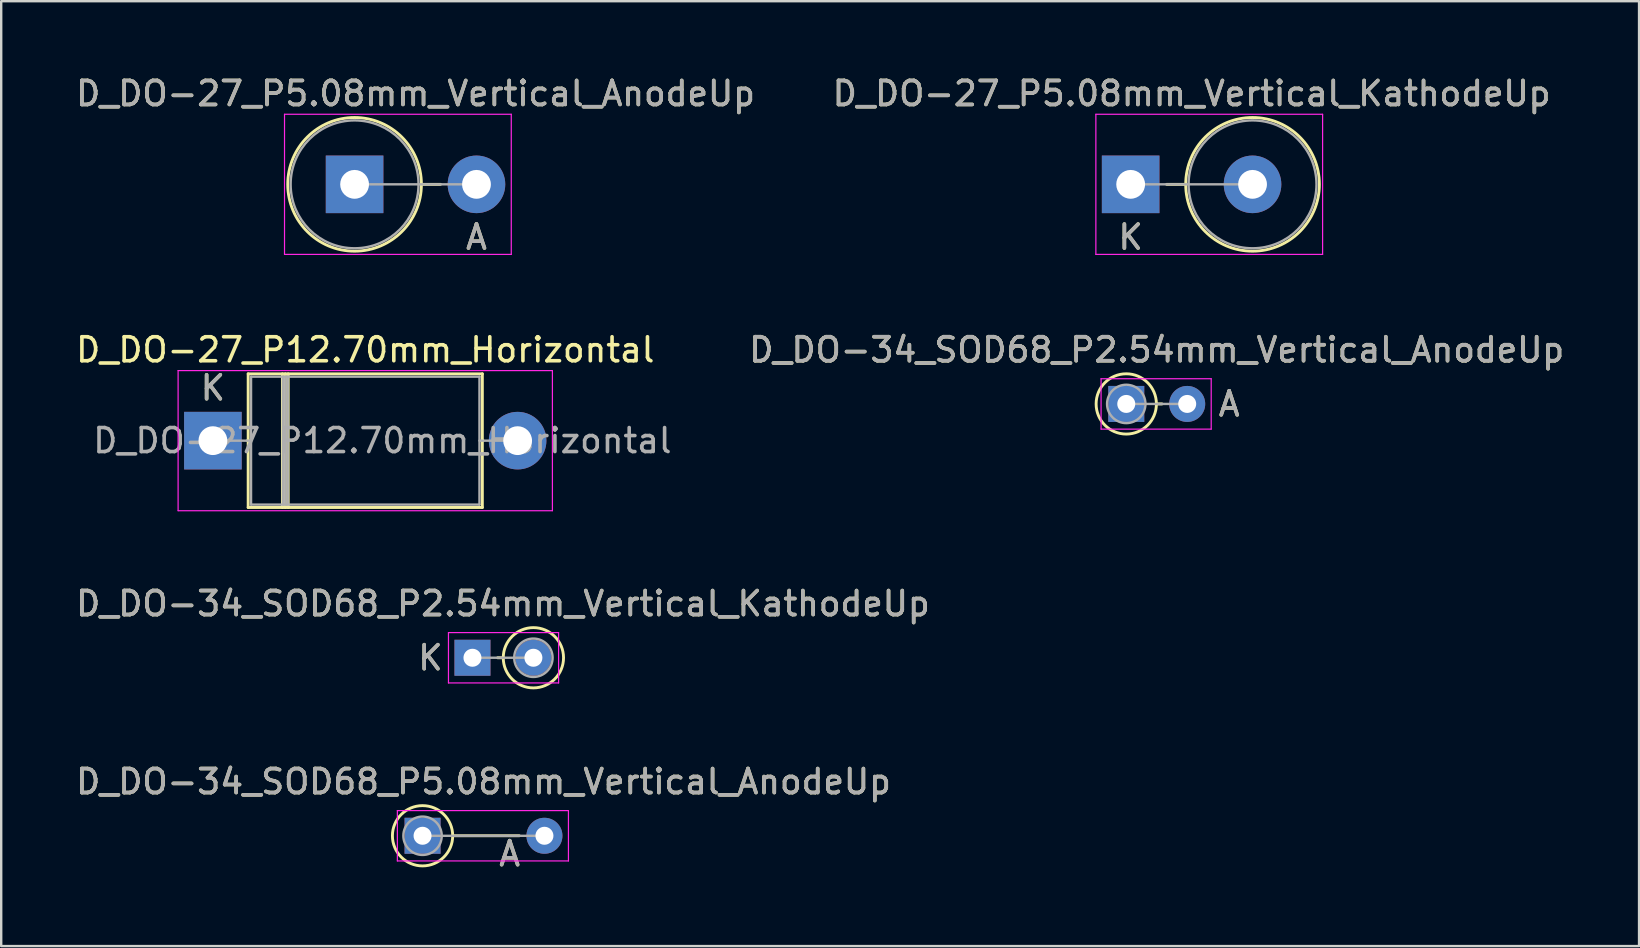
<source format=kicad_pcb>
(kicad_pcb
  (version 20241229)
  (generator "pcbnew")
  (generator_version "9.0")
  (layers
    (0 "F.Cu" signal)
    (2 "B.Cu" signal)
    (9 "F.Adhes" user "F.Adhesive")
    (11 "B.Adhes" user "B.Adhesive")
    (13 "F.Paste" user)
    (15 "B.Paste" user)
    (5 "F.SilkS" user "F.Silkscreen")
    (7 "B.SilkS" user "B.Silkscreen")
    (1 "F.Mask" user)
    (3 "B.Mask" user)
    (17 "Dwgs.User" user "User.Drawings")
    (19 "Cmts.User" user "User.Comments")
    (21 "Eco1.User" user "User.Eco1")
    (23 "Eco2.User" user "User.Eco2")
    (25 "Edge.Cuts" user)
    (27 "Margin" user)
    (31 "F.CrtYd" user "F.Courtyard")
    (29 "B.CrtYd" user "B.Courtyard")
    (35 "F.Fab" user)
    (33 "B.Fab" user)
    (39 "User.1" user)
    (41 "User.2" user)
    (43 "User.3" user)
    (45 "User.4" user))
  (footprint "D_DO-34_SOD68_P2.54mm_Vertical_AnodeUp"
    (layer "F.Cu")
    (at 43.89 13.785)
    (property "Reference" "D_DO-34_SOD68_P2.54mm_Vertical_AnodeUp" (at 1.27 -2.256 0) (layer "F.SilkS") (effects (font (size 1 1) (thickness 0.15))))
    (attr through_hole)
    (fp_line (start 1.256 0) (end 1.49 0) (stroke (width 0.12) (type solid)) (layer "F.SilkS"))
    (fp_circle (center 0 0) (end 1.256 0) (stroke (width 0.12) (type solid)) (fill no) (layer "F.SilkS"))
    (fp_line (start -1.05 -1.05) (end -1.05 1.05) (stroke (width 0.05) (type solid)) (layer "F.CrtYd"))
    (fp_line (start -1.05 1.05) (end 3.54 1.05) (stroke (width 0.05) (type solid)) (layer "F.CrtYd"))
    (fp_line (start 3.54 -1.05) (end -1.05 -1.05) (stroke (width 0.05) (type solid)) (layer "F.CrtYd"))
    (fp_line (start 3.54 1.05) (end 3.54 -1.05) (stroke (width 0.05) (type solid)) (layer "F.CrtYd"))
    (fp_line (start 0 0) (end 2.54 0) (stroke (width 0.1) (type solid)) (layer "F.Fab"))
    (fp_circle (center 0 0) (end 0.8 0) (stroke (width 0.1) (type solid)) (fill no) (layer "F.Fab"))
    (fp_text user "A" (at 4.29 0 0) (layer "F.SilkS") (effects (font (size 1 1) (thickness 0.15))))
    (fp_text user "A" (at 4.29 0 0) (layer "F.Fab") (effects (font (size 1 1) (thickness 0.15))))
    (fp_text user "${REFERENCE}" (at 1.27 -2.256 0) (layer "F.Fab") (effects (font (size 1 1) (thickness 0.15))))
    (pad "1" thru_hole rect (at 0 0) (size 1.5 1.5) (drill 0.75) (layers "*.Cu" "*.Mask"))
    (pad "2" thru_hole oval (at 2.54 0) (size 1.5 1.5) (drill 0.75) (layers "*.Cu" "*.Mask")))
  (footprint "D_DO-34_SOD68_P5.08mm_Vertical_AnodeUp"
    (layer "F.Cu")
    (at 14.561 31.783)
    (property "Reference" "D_DO-34_SOD68_P5.08mm_Vertical_AnodeUp" (at 2.54 -2.256 0) (layer "F.SilkS") (effects (font (size 1 1) (thickness 0.15))))
    (attr through_hole)
    (fp_line (start 1.256 0) (end 4.03 0) (stroke (width 0.12) (type solid)) (layer "F.SilkS"))
    (fp_circle (center 0 0) (end 1.256 0) (stroke (width 0.12) (type solid)) (fill no) (layer "F.SilkS"))
    (fp_line (start -1.05 -1.05) (end -1.05 1.05) (stroke (width 0.05) (type solid)) (layer "F.CrtYd"))
    (fp_line (start -1.05 1.05) (end 6.08 1.05) (stroke (width 0.05) (type solid)) (layer "F.CrtYd"))
    (fp_line (start 6.08 -1.05) (end -1.05 -1.05) (stroke (width 0.05) (type solid)) (layer "F.CrtYd"))
    (fp_line (start 6.08 1.05) (end 6.08 -1.05) (stroke (width 0.05) (type solid)) (layer "F.CrtYd"))
    (fp_line (start 0 0) (end 5.08 0) (stroke (width 0.1) (type solid)) (layer "F.Fab"))
    (fp_circle (center 0 0) (end 0.8 0) (stroke (width 0.1) (type solid)) (fill no) (layer "F.Fab"))
    (fp_text user "A" (at 3.63 0.75 0) (layer "F.SilkS") (effects (font (size 1 1) (thickness 0.15))))
    (fp_text user "${REFERENCE}" (at 2.54 -2.256 0) (layer "F.Fab") (effects (font (size 1 1) (thickness 0.15))))
    (fp_text user "A" (at 3.63 0.75 0) (layer "F.Fab") (effects (font (size 1 1) (thickness 0.15))))
    (pad "1" thru_hole rect (at 0 0) (size 1.5 1.5) (drill 0.75) (layers "*.Cu" "*.Mask"))
    (pad "2" thru_hole oval (at 5.08 0) (size 1.5 1.5) (drill 0.75) (layers "*.Cu" "*.Mask")))
  (footprint "D_DO-27_P5.08mm_Vertical_AnodeUp"
    (layer "F.Cu")
    (at 11.728 4.633)
    (property "Reference" "D_DO-27_P5.08mm_Vertical_AnodeUp" (at 2.54 -3.785 0) (layer "F.SilkS") (effects (font (size 1 1) (thickness 0.15))))
    (attr through_hole)
    (fp_line (start 2.785 0) (end 3.58 0) (stroke (width 0.12) (type solid)) (layer "F.SilkS"))
    (fp_circle (center 0 0) (end 2.785 0) (stroke (width 0.12) (type solid)) (fill no) (layer "F.SilkS"))
    (fp_line (start -2.92 -2.92) (end -2.92 2.92) (stroke (width 0.05) (type solid)) (layer "F.CrtYd"))
    (fp_line (start -2.92 2.92) (end 6.53 2.92) (stroke (width 0.05) (type solid)) (layer "F.CrtYd"))
    (fp_line (start 6.53 -2.92) (end -2.92 -2.92) (stroke (width 0.05) (type solid)) (layer "F.CrtYd"))
    (fp_line (start 6.53 2.92) (end 6.53 -2.92) (stroke (width 0.05) (type solid)) (layer "F.CrtYd"))
    (fp_line (start 0 0) (end 5.08 0) (stroke (width 0.1) (type solid)) (layer "F.Fab"))
    (fp_circle (center 0 0) (end 2.665 0) (stroke (width 0.1) (type solid)) (fill no) (layer "F.Fab"))
    (fp_text user "A" (at 5.08 2.2 0) (layer "F.SilkS") (effects (font (size 1 1) (thickness 0.15))))
    (fp_text user "${REFERENCE}" (at 2.54 -3.785 0) (layer "F.Fab") (effects (font (size 1 1) (thickness 0.15))))
    (fp_text user "A" (at 5.08 2.2 0) (layer "F.Fab") (effects (font (size 1 1) (thickness 0.15))))
    (pad "1" thru_hole rect (at 0 0) (size 2.4 2.4) (drill 1.2) (layers "*.Cu" "*.Mask"))
    (pad "2" thru_hole oval (at 5.08 0) (size 2.4 2.4) (drill 1.2) (layers "*.Cu" "*.Mask")))
  (footprint "D_DO-34_SOD68_P2.54mm_Vertical_KathodeUp"
    (layer "F.Cu")
    (at 16.641 24.364)
    (property "Reference" "D_DO-34_SOD68_P2.54mm_Vertical_KathodeUp" (at 1.27 -2.256 0) (layer "F.SilkS") (effects (font (size 1 1) (thickness 0.15))))
    (attr through_hole)
    (fp_line (start 1.284 0) (end 1.05 0) (stroke (width 0.12) (type solid)) (layer "F.SilkS"))
    (fp_circle (center 2.54 0) (end 3.796 0) (stroke (width 0.12) (type solid)) (fill no) (layer "F.SilkS"))
    (fp_line (start -1 -1.05) (end -1 1.05) (stroke (width 0.05) (type solid)) (layer "F.CrtYd"))
    (fp_line (start -1 1.05) (end 3.59 1.05) (stroke (width 0.05) (type solid)) (layer "F.CrtYd"))
    (fp_line (start 3.59 -1.05) (end -1 -1.05) (stroke (width 0.05) (type solid)) (layer "F.CrtYd"))
    (fp_line (start 3.59 1.05) (end 3.59 -1.05) (stroke (width 0.05) (type solid)) (layer "F.CrtYd"))
    (fp_line (start 0 0) (end 2.54 0) (stroke (width 0.1) (type solid)) (layer "F.Fab"))
    (fp_circle (center 2.54 0) (end 3.34 0) (stroke (width 0.1) (type solid)) (fill no) (layer "F.Fab"))
    (fp_text user "K" (at -1.75 0 0) (layer "F.SilkS") (effects (font (size 1 1) (thickness 0.15))))
    (fp_text user "${REFERENCE}" (at 1.27 -2.256 0) (layer "F.Fab") (effects (font (size 1 1) (thickness 0.15))))
    (fp_text user "K" (at -1.75 0 0) (layer "F.Fab") (effects (font (size 1 1) (thickness 0.15))))
    (pad "1" thru_hole rect (at 0 0) (size 1.5 1.5) (drill 0.75) (layers "*.Cu" "*.Mask"))
    (pad "2" thru_hole oval (at 2.54 0) (size 1.5 1.5) (drill 0.75) (layers "*.Cu" "*.Mask")))
  (footprint "D_DO-27_P5.08mm_Vertical_KathodeUp"
    (layer "F.Cu")
    (at 44.073 4.633)
    (property "Reference" "D_DO-27_P5.08mm_Vertical_KathodeUp" (at 2.54 -3.785 0) (layer "F.SilkS") (effects (font (size 1 1) (thickness 0.15))))
    (attr through_hole)
    (fp_line (start 2.295 0) (end 1.5 0) (stroke (width 0.12) (type solid)) (layer "F.SilkS"))
    (fp_circle (center 5.08 0) (end 7.865 0) (stroke (width 0.12) (type solid)) (fill no) (layer "F.SilkS"))
    (fp_line (start -1.45 -2.92) (end -1.45 2.92) (stroke (width 0.05) (type solid)) (layer "F.CrtYd"))
    (fp_line (start -1.45 2.92) (end 8 2.92) (stroke (width 0.05) (type solid)) (layer "F.CrtYd"))
    (fp_line (start 8 -2.92) (end -1.45 -2.92) (stroke (width 0.05) (type solid)) (layer "F.CrtYd"))
    (fp_line (start 8 2.92) (end 8 -2.92) (stroke (width 0.05) (type solid)) (layer "F.CrtYd"))
    (fp_line (start 0 0) (end 5.08 0) (stroke (width 0.1) (type solid)) (layer "F.Fab"))
    (fp_circle (center 5.08 0) (end 7.745 0) (stroke (width 0.1) (type solid)) (fill no) (layer "F.Fab"))
    (fp_text user "K" (at 0 2.2 0) (layer "F.SilkS") (effects (font (size 1 1) (thickness 0.15))))
    (fp_text user "${REFERENCE}" (at 2.54 -3.785 0) (layer "F.Fab") (effects (font (size 1 1) (thickness 0.15))))
    (fp_text user "K" (at 0 2.2 0) (layer "F.Fab") (effects (font (size 1 1) (thickness 0.15))))
    (pad "1" thru_hole rect (at 0 0) (size 2.4 2.4) (drill 1.2) (layers "*.Cu" "*.Mask"))
    (pad "2" thru_hole oval (at 5.08 0) (size 2.4 2.4) (drill 1.2) (layers "*.Cu" "*.Mask")))
  (footprint "D_DO-27_P12.70mm_Horizontal"
    (layer "F.Cu")
    (at 5.823 15.315)
    (property "Reference" "D_DO-27_P12.70mm_Horizontal" (at 6.35 -3.785 0) (layer "F.SilkS") (effects (font (size 1 1) (thickness 0.15))))
    (attr through_hole)
    (fp_line (start 1.44 0) (end 1.47 0) (stroke (width 0.12) (type solid)) (layer "F.SilkS"))
    (fp_line (start 1.47 -2.785) (end 1.47 2.785) (stroke (width 0.12) (type solid)) (layer "F.SilkS"))
    (fp_line (start 1.47 2.785) (end 11.23 2.785) (stroke (width 0.12) (type solid)) (layer "F.SilkS"))
    (fp_line (start 2.898 -2.785) (end 2.898 2.785) (stroke (width 0.12) (type solid)) (layer "F.SilkS"))
    (fp_line (start 3.018 -2.785) (end 3.018 2.785) (stroke (width 0.12) (type solid)) (layer "F.SilkS"))
    (fp_line (start 3.138 -2.785) (end 3.138 2.785) (stroke (width 0.12) (type solid)) (layer "F.SilkS"))
    (fp_line (start 11.23 -2.785) (end 1.47 -2.785) (stroke (width 0.12) (type solid)) (layer "F.SilkS"))
    (fp_line (start 11.23 2.785) (end 11.23 -2.785) (stroke (width 0.12) (type solid)) (layer "F.SilkS"))
    (fp_line (start 11.26 0) (end 11.23 0) (stroke (width 0.12) (type solid)) (layer "F.SilkS"))
    (fp_line (start -1.45 -2.92) (end -1.45 2.92) (stroke (width 0.05) (type solid)) (layer "F.CrtYd"))
    (fp_line (start -1.45 2.92) (end 14.15 2.92) (stroke (width 0.05) (type solid)) (layer "F.CrtYd"))
    (fp_line (start 14.15 -2.92) (end -1.45 -2.92) (stroke (width 0.05) (type solid)) (layer "F.CrtYd"))
    (fp_line (start 14.15 2.92) (end 14.15 -2.92) (stroke (width 0.05) (type solid)) (layer "F.CrtYd"))
    (fp_line (start 0 0) (end 1.59 0) (stroke (width 0.1) (type solid)) (layer "F.Fab"))
    (fp_line (start 1.59 -2.665) (end 1.59 2.665) (stroke (width 0.1) (type solid)) (layer "F.Fab"))
    (fp_line (start 1.59 2.665) (end 11.11 2.665) (stroke (width 0.1) (type solid)) (layer "F.Fab"))
    (fp_line (start 2.918 -2.665) (end 2.918 2.665) (stroke (width 0.1) (type solid)) (layer "F.Fab"))
    (fp_line (start 3.018 -2.665) (end 3.018 2.665) (stroke (width 0.1) (type solid)) (layer "F.Fab"))
    (fp_line (start 3.118 -2.665) (end 3.118 2.665) (stroke (width 0.1) (type solid)) (layer "F.Fab"))
    (fp_line (start 11.11 -2.665) (end 1.59 -2.665) (stroke (width 0.1) (type solid)) (layer "F.Fab"))
    (fp_line (start 11.11 2.665) (end 11.11 -2.665) (stroke (width 0.1) (type solid)) (layer "F.Fab"))
    (fp_line (start 12.7 0) (end 11.11 0) (stroke (width 0.1) (type solid)) (layer "F.Fab"))
    (fp_text user "K" (at 0 -2.2 0) (layer "F.SilkS") (effects (font (size 1 1) (thickness 0.15))))
    (fp_text user "${REFERENCE}" (at 7.064 0 0) (layer "F.Fab") (effects (font (size 1 1) (thickness 0.15))))
    (fp_text user "K" (at 0 -2.2 0) (layer "F.Fab") (effects (font (size 1 1) (thickness 0.15))))
    (pad "1" thru_hole rect (at 0 0) (size 2.4 2.4) (drill 1.2) (layers "*.Cu" "*.Mask"))
    (pad "2" thru_hole oval (at 12.7 0) (size 2.4 2.4) (drill 1.2) (layers "*.Cu" "*.Mask")))
  (gr_rect
    (start -3 -3)
    (end 65.262 36.381)
    (stroke (width 0.1) (type default))
    (fill no)
    (layer "Edge.Cuts")))
</source>
